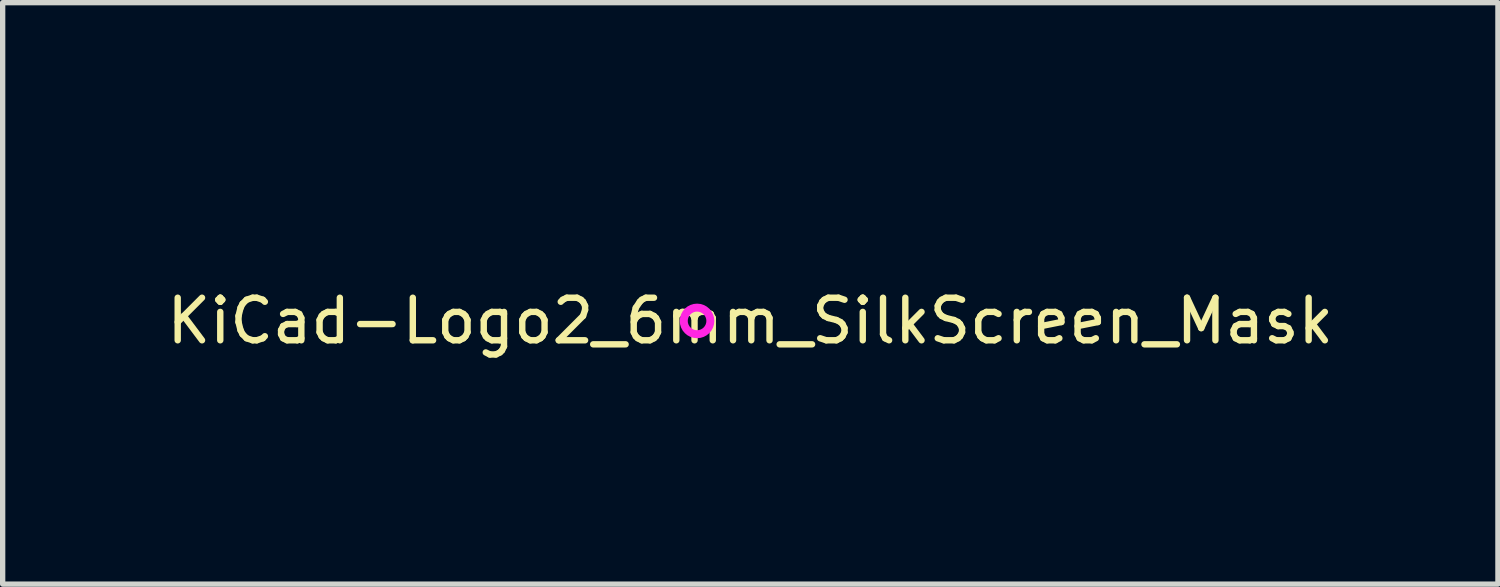
<source format=kicad_pcb>
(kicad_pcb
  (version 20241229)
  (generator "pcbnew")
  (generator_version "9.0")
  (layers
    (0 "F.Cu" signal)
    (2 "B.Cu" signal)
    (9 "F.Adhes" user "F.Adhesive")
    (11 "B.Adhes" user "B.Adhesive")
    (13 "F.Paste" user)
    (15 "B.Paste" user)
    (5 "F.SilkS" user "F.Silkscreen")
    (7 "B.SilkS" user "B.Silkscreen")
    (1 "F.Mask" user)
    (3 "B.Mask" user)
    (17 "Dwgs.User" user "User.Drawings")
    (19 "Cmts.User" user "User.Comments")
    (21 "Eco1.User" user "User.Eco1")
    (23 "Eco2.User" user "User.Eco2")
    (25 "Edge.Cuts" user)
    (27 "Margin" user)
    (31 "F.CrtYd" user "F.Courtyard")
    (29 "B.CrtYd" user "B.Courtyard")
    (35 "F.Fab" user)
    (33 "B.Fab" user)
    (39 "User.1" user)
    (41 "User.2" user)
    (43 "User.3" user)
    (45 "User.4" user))
  (footprint "KiCad-Logo2_6mm_SilkScreen_Mask"
    (layer "F.Cu")
    (at 11.052 2.982)
    (property "Reference" "KiCad-Logo2_6mm_SilkScreen_Mask" (at 0 0 0) (layer "F.SilkS") (effects (font (size 0.8 0.8) (thickness 0.12))))
    (attr exclude_from_pos_files exclude_from_bom)
    (fp_poly (pts (xy -2.273 -2.973) (xy -2.177 -2.949) (xy -2.09 -2.906) (xy -2.015 -2.847) (xy -1.954 -2.772) (xy -1.909 -2.683) (xy -1.883 -2.586) (xy -1.877 -2.489) (xy -1.892 -2.395) (xy -1.926 -2.307) (xy -1.977 -2.228) (xy -2.042 -2.16) (xy -2.121 -2.106) (xy -2.212 -2.068) (xy -2.263 -2.056) (xy -2.308 -2.048) (xy -2.342 -2.045) (xy -2.375 -2.047) (xy -2.415 -2.054) (xy -2.449 -2.061) (xy -2.542 -2.092) (xy -2.626 -2.143) (xy -2.698 -2.213) (xy -2.756 -2.298) (xy -2.77 -2.326) (xy -2.787 -2.362) (xy -2.797 -2.392) (xy -2.802 -2.425) (xy -2.805 -2.466) (xy -2.805 -2.512) (xy -2.801 -2.596) (xy -2.787 -2.665) (xy -2.762 -2.726) (xy -2.723 -2.784) (xy -2.684 -2.829) (xy -2.612 -2.895) (xy -2.537 -2.94) (xy -2.455 -2.967) (xy -2.377 -2.977) (xy -2.273 -2.973)) (stroke (width 0.01) (type solid)) (fill yes) (layer "F.Mask"))
    (fp_poly (pts (xy -2.946 -2.511) (xy -2.936 -2.397) (xy -2.904 -2.289) (xy -2.853 -2.19) (xy -2.784 -2.102) (xy -2.699 -2.027) (xy -2.602 -1.97) (xy -2.496 -1.93) (xy -2.389 -1.911) (xy -2.283 -1.913) (xy -2.181 -1.932) (xy -2.085 -1.969) (xy -1.996 -2.021) (xy -1.917 -2.087) (xy -1.849 -2.167) (xy -1.796 -2.258) (xy -1.759 -2.359) (xy -1.74 -2.47) (xy -1.738 -2.52) (xy -1.738 -2.608) (xy -1.687 -2.608) (xy -1.65 -2.605) (xy -1.623 -2.593) (xy -1.596 -2.569) (xy -1.558 -2.531) (xy -1.558 -0.339) (xy -1.558 -0.077) (xy -1.558 0.163) (xy -1.558 0.383) (xy -1.558 0.583) (xy -1.558 0.764) (xy -1.558 0.928) (xy -1.559 1.074) (xy -1.559 1.205) (xy -1.559 1.32) (xy -1.56 1.421) (xy -1.561 1.509) (xy -1.561 1.585) (xy -1.562 1.65) (xy -1.563 1.704) (xy -1.564 1.749) (xy -1.565 1.786) (xy -1.567 1.815) (xy -1.568 1.837) (xy -1.57 1.854) (xy -1.572 1.866) (xy -1.574 1.874) (xy -1.576 1.88) (xy -1.577 1.882) (xy -1.581 1.889) (xy -1.585 1.895) (xy -1.589 1.901) (xy -1.594 1.906) (xy -1.601 1.911) (xy -1.611 1.916) (xy -1.625 1.92) (xy -1.645 1.923) (xy -1.669 1.926) (xy -1.701 1.929) (xy -1.741 1.931) (xy -1.789 1.934) (xy -1.846 1.935) (xy -1.914 1.937) (xy -1.994 1.938) (xy -2.085 1.939) (xy -2.19 1.94) (xy -2.309 1.94) (xy -2.443 1.941) (xy -2.593 1.941) (xy -2.76 1.941) (xy -2.945 1.942) (xy -3.149 1.942) (xy -3.372 1.942) (xy -3.616 1.941) (xy -3.881 1.941) (xy -3.92 1.941) (xy -4.187 1.941) (xy -4.432 1.941) (xy -4.657 1.941) (xy -4.861 1.941) (xy -5.047 1.941) (xy -5.215 1.941) (xy -5.366 1.94) (xy -5.501 1.94) (xy -5.62 1.939) (xy -5.725 1.939) (xy -5.817 1.938) (xy -5.896 1.938) (xy -5.964 1.937) (xy -6.021 1.936) (xy -6.069 1.935) (xy -6.107 1.933) (xy -6.138 1.932) (xy -6.162 1.931) (xy -6.18 1.929) (xy -6.192 1.927) (xy -6.201 1.925) (xy -6.205 1.923) (xy -6.214 1.92) (xy -6.221 1.917) (xy -6.229 1.915) (xy -6.235 1.911) (xy -6.241 1.906) (xy -6.246 1.897) (xy -6.251 1.885) (xy -6.255 1.869) (xy -6.259 1.846) (xy -6.262 1.818) (xy -6.265 1.781) (xy -6.268 1.737) (xy -6.27 1.683) (xy -6.271 1.618) (xy -6.273 1.543) (xy -6.274 1.455) (xy -6.275 1.354) (xy -6.276 1.239) (xy -6.276 1.11) (xy -6.276 0.964) (xy -6.277 0.802) (xy -6.277 0.621) (xy -6.277 0.422) (xy -6.277 0.204) (xy -6.277 -0.035) (xy -6.277 -0.296) (xy -6.277 -0.338) (xy -6.277 -0.601) (xy -6.277 -0.842) (xy -6.277 -1.063) (xy -6.277 -1.264) (xy -6.277 -1.446) (xy -6.276 -1.61) (xy -6.276 -1.757) (xy -6.276 -1.888) (xy -6.275 -1.998) (xy -5.972 -1.998) (xy -5.932 -1.94) (xy -5.921 -1.925) (xy -5.911 -1.911) (xy -5.902 -1.897) (xy -5.894 -1.883) (xy -5.887 -1.868) (xy -5.881 -1.849) (xy -5.875 -1.826) (xy -5.871 -1.798) (xy -5.867 -1.764) (xy -5.863 -1.722) (xy -5.861 -1.67) (xy -5.858 -1.609) (xy -5.857 -1.537) (xy -5.855 -1.452) (xy -5.855 -1.354) (xy -5.854 -1.24) (xy -5.853 -1.111) (xy -5.853 -0.965) (xy -5.853 -0.8) (xy -5.853 -0.616) (xy -5.853 -0.41) (xy -5.853 -0.288) (xy -5.853 -0.071) (xy -5.853 0.125) (xy -5.853 0.3) (xy -5.853 0.456) (xy -5.854 0.595) (xy -5.854 0.717) (xy -5.855 0.823) (xy -5.856 0.915) (xy -5.857 0.994) (xy -5.859 1.062) (xy -5.862 1.118) (xy -5.865 1.165) (xy -5.868 1.204) (xy -5.872 1.235) (xy -5.877 1.261) (xy -5.883 1.282) (xy -5.89 1.299) (xy -5.897 1.314) (xy -5.906 1.327) (xy -5.915 1.341) (xy -5.925 1.356) (xy -5.932 1.365) (xy -5.97 1.422) (xy -5.439 1.422) (xy -5.315 1.422) (xy -5.213 1.422) (xy -5.129 1.422) (xy -5.063 1.421) (xy -5.012 1.42) (xy -4.974 1.419) (xy -4.948 1.417) (xy -4.932 1.415) (xy -4.923 1.412) (xy -4.921 1.408) (xy -4.923 1.404) (xy -4.925 1.403) (xy -4.95 1.366) (xy -4.976 1.313) (xy -4.999 1.251) (xy -5.007 1.224) (xy -5.012 1.206) (xy -5.016 1.185) (xy -5.019 1.159) (xy -5.022 1.126) (xy -5.024 1.083) (xy -5.026 1.028) (xy -5.028 0.96) (xy -5.029 0.877) (xy -5.03 0.775) (xy -5.031 0.654) (xy -5.032 0.61) (xy -5.033 0.484) (xy -5.033 0.38) (xy -5.034 0.295) (xy -5.034 0.227) (xy -5.034 0.174) (xy -5.033 0.135) (xy -5.031 0.107) (xy -5.029 0.09) (xy -5.027 0.081) (xy -5.023 0.078) (xy -5.019 0.08) (xy -5.015 0.085) (xy -5.004 0.098) (xy -4.982 0.127) (xy -4.95 0.17) (xy -4.909 0.225) (xy -4.861 0.289) (xy -4.808 0.362) (xy -4.751 0.44) (xy -4.691 0.521) (xy -4.631 0.603) (xy -4.572 0.685) (xy -4.514 0.763) (xy -4.461 0.836) (xy -4.413 0.902) (xy -4.373 0.959) (xy -4.341 1.004) (xy -4.318 1.035) (xy -4.314 1.041) (xy -4.291 1.078) (xy -4.264 1.126) (xy -4.239 1.176) (xy -4.236 1.183) (xy -4.214 1.231) (xy -4.201 1.268) (xy -4.196 1.304) (xy -4.194 1.346) (xy -4.195 1.422) (xy -3.041 1.422) (xy -3.132 1.329) (xy -3.179 1.279) (xy -3.229 1.222) (xy -3.275 1.168) (xy -3.295 1.143) (xy -3.326 1.103) (xy -3.366 1.05) (xy -3.414 0.985) (xy -3.47 0.909) (xy -3.532 0.825) (xy -3.599 0.733) (xy -3.669 0.636) (xy -3.743 0.535) (xy -3.817 0.432) (xy -3.892 0.328) (xy -3.966 0.225) (xy -4.038 0.125) (xy -4.106 0.029) (xy -4.17 -0.061) (xy -4.229 -0.144) (xy -4.28 -0.218) (xy -4.324 -0.28) (xy -4.359 -0.33) (xy -4.383 -0.367) (xy -4.396 -0.387) (xy -4.398 -0.391) (xy -4.39 -0.403) (xy -4.369 -0.43) (xy -4.337 -0.471) (xy -4.294 -0.525) (xy -4.243 -0.589) (xy -4.185 -0.663) (xy -4.12 -0.744) (xy -4.051 -0.831) (xy -3.979 -0.921) (xy -3.904 -1.014) (xy -3.845 -1.088) (xy -2.834 -1.088) (xy -2.828 -1.075) (xy -2.813 -1.053) (xy -2.812 -1.052) (xy -2.793 -1.021) (xy -2.774 -0.985) (xy -2.77 -0.976) (xy -2.766 -0.968) (xy -2.763 -0.958) (xy -2.76 -0.945) (xy -2.758 -0.927) (xy -2.756 -0.904) (xy -2.754 -0.873) (xy -2.753 -0.833) (xy -2.751 -0.784) (xy -2.75 -0.723) (xy -2.749 -0.649) (xy -2.749 -0.561) (xy -2.748 -0.457) (xy -2.747 -0.337) (xy -2.747 -0.198) (xy -2.746 -0.039) (xy -2.746 0.14) (xy -2.745 0.325) (xy -2.745 0.489) (xy -2.745 0.633) (xy -2.744 0.759) (xy -2.745 0.868) (xy -2.745 0.961) (xy -2.747 1.04) (xy -2.748 1.106) (xy -2.75 1.161) (xy -2.753 1.206) (xy -2.757 1.242) (xy -2.761 1.271) (xy -2.766 1.295) (xy -2.772 1.313) (xy -2.779 1.329) (xy -2.787 1.344) (xy -2.797 1.358) (xy -2.805 1.37) (xy -2.822 1.396) (xy -2.832 1.414) (xy -2.834 1.417) (xy -2.823 1.418) (xy -2.791 1.419) (xy -2.742 1.42) (xy -2.677 1.421) (xy -2.599 1.422) (xy -2.51 1.422) (xy -2.411 1.422) (xy -2.342 1.422) (xy -2.237 1.422) (xy -2.141 1.422) (xy -2.054 1.421) (xy -1.98 1.419) (xy -1.921 1.418) (xy -1.879 1.416) (xy -1.855 1.414) (xy -1.851 1.412) (xy -1.859 1.398) (xy -1.867 1.39) (xy -1.88 1.372) (xy -1.897 1.342) (xy -1.909 1.318) (xy -1.936 1.259) (xy -1.939 0.082) (xy -1.942 -1.095) (xy -2.388 -1.095) (xy -2.486 -1.095) (xy -2.576 -1.094) (xy -2.657 -1.094) (xy -2.725 -1.093) (xy -2.779 -1.092) (xy -2.815 -1.09) (xy -2.833 -1.089) (xy -2.834 -1.088) (xy -3.845 -1.088) (xy -3.829 -1.107) (xy -3.755 -1.199) (xy -3.683 -1.289) (xy -3.615 -1.374) (xy -3.551 -1.452) (xy -3.494 -1.523) (xy -3.444 -1.584) (xy -3.403 -1.633) (xy -3.386 -1.654) (xy -3.3 -1.754) (xy -3.223 -1.838) (xy -3.154 -1.906) (xy -3.091 -1.96) (xy -3.082 -1.967) (xy -3.042 -1.998) (xy -4.174 -1.998) (xy -4.169 -1.95) (xy -4.172 -1.893) (xy -4.194 -1.825) (xy -4.234 -1.745) (xy -4.279 -1.673) (xy -4.295 -1.65) (xy -4.323 -1.612) (xy -4.361 -1.562) (xy -4.408 -1.501) (xy -4.462 -1.432) (xy -4.52 -1.356) (xy -4.582 -1.276) (xy -4.646 -1.194) (xy -4.71 -1.112) (xy -4.773 -1.032) (xy -4.832 -0.957) (xy -4.887 -0.888) (xy -4.935 -0.828) (xy -4.974 -0.778) (xy -5.004 -0.742) (xy -5.022 -0.72) (xy -5.025 -0.717) (xy -5.028 -0.725) (xy -5.03 -0.755) (xy -5.032 -0.807) (xy -5.033 -0.881) (xy -5.033 -0.977) (xy -5.033 -1.094) (xy -5.032 -1.214) (xy -5.03 -1.346) (xy -5.029 -1.457) (xy -5.027 -1.551) (xy -5.024 -1.629) (xy -5.021 -1.692) (xy -5.016 -1.745) (xy -5.009 -1.788) (xy -5.002 -1.823) (xy -4.992 -1.854) (xy -4.98 -1.882) (xy -4.965 -1.91) (xy -4.95 -1.935) (xy -4.912 -1.998) (xy -5.972 -1.998) (xy -6.275 -1.998) (xy -6.275 -2.004) (xy -6.274 -2.106) (xy -6.273 -2.195) (xy -6.272 -2.272) (xy -6.27 -2.337) (xy -6.269 -2.393) (xy -6.266 -2.438) (xy -6.264 -2.475) (xy -6.261 -2.505) (xy -6.258 -2.528) (xy -6.254 -2.546) (xy -6.25 -2.559) (xy -6.245 -2.568) (xy -6.24 -2.574) (xy -6.234 -2.579) (xy -6.228 -2.582) (xy -6.222 -2.586) (xy -6.216 -2.589) (xy -6.21 -2.592) (xy -6.202 -2.594) (xy -6.19 -2.596) (xy -6.173 -2.598) (xy -6.149 -2.6) (xy -6.118 -2.601) (xy -6.079 -2.602) (xy -6.03 -2.603) (xy -5.971 -2.604) (xy -5.899 -2.605) (xy -5.815 -2.606) (xy -5.718 -2.606) (xy -5.605 -2.607) (xy -5.476 -2.607) (xy -5.33 -2.607) (xy -5.166 -2.608) (xy -4.982 -2.608) (xy -4.778 -2.608) (xy -4.567 -2.608) (xy -2.946 -2.608) (xy -2.946 -2.511)) (stroke (width 0.01) (type solid)) (fill yes) (layer "F.Mask"))
    (fp_circle (center -1 0) (end -1.25 0) (stroke (width 0.15) (type solid)) (fill no) (layer "F.CrtYd")))
  (gr_rect
    (start -3 -3)
    (end 25.105 7.929)
    (stroke (width 0.1) (type default))
    (fill no)
    (layer "Edge.Cuts")))
</source>
